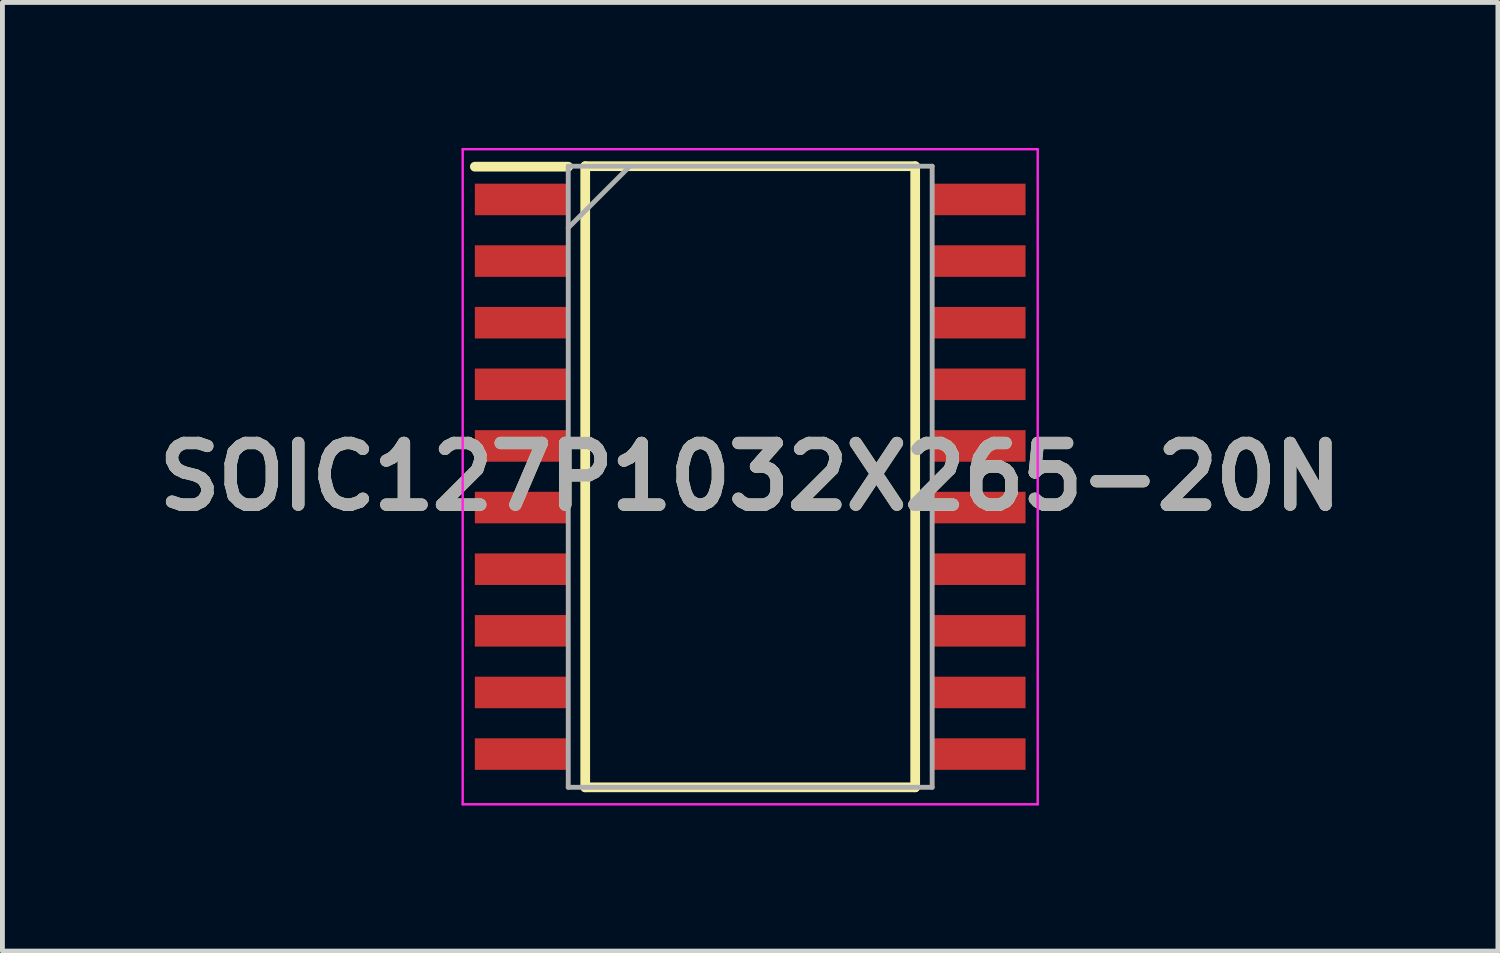
<source format=kicad_pcb>
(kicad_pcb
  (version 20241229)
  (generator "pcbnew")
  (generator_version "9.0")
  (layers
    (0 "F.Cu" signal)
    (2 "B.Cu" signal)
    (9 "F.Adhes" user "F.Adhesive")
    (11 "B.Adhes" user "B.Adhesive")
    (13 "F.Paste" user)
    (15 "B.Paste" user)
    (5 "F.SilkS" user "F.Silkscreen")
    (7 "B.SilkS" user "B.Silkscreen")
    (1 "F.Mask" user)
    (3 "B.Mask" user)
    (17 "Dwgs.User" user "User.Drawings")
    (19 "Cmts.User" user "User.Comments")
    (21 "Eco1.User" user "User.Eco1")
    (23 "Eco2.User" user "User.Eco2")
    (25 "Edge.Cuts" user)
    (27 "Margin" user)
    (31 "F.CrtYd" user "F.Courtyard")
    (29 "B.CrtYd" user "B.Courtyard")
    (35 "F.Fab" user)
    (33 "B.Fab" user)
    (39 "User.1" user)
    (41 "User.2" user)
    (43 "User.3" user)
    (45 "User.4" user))
  (footprint "SOIC127P1032X265-20N"
    (layer "F.Cu")
    (at 12.41 6.775)
    (property "Reference" "SOIC127P1032X265-20N" (at 0 0 0) (layer "F.SilkS") (effects (font (size 1.27 1.27) (thickness 0.254))))
    (attr smd)
    (fp_line (start -5.675 -6.39) (end -3.75 -6.39) (stroke (width 0.2) (type solid)) (layer "F.SilkS"))
    (fp_line (start -3.4 -6.4) (end 3.4 -6.4) (stroke (width 0.2) (type solid)) (layer "F.SilkS"))
    (fp_line (start -3.4 6.4) (end -3.4 -6.4) (stroke (width 0.2) (type solid)) (layer "F.SilkS"))
    (fp_line (start 3.4 -6.4) (end 3.4 6.4) (stroke (width 0.2) (type solid)) (layer "F.SilkS"))
    (fp_line (start 3.4 6.4) (end -3.4 6.4) (stroke (width 0.2) (type solid)) (layer "F.SilkS"))
    (fp_line (start -5.925 -6.75) (end 5.925 -6.75) (stroke (width 0.05) (type solid)) (layer "F.CrtYd"))
    (fp_line (start -5.925 6.75) (end -5.925 -6.75) (stroke (width 0.05) (type solid)) (layer "F.CrtYd"))
    (fp_line (start 5.925 -6.75) (end 5.925 6.75) (stroke (width 0.05) (type solid)) (layer "F.CrtYd"))
    (fp_line (start 5.925 6.75) (end -5.925 6.75) (stroke (width 0.05) (type solid)) (layer "F.CrtYd"))
    (fp_line (start -3.75 -6.4) (end 3.75 -6.4) (stroke (width 0.1) (type solid)) (layer "F.Fab"))
    (fp_line (start -3.75 -5.13) (end -2.48 -6.4) (stroke (width 0.1) (type solid)) (layer "F.Fab"))
    (fp_line (start -3.75 6.4) (end -3.75 -6.4) (stroke (width 0.1) (type solid)) (layer "F.Fab"))
    (fp_line (start 3.75 -6.4) (end 3.75 6.4) (stroke (width 0.1) (type solid)) (layer "F.Fab"))
    (fp_line (start 3.75 6.4) (end -3.75 6.4) (stroke (width 0.1) (type solid)) (layer "F.Fab"))
    (fp_text user "${REFERENCE}" (at 0 0 0) (layer "F.Fab") (effects (font (size 1.27 1.27) (thickness 0.254))))
    (pad "1" smd rect (at -4.712 -5.715 90) (size 0.65 1.925) (layers "F.Cu" "F.Mask" "F.Paste"))
    (pad "2" smd rect (at -4.712 -4.445 90) (size 0.65 1.925) (layers "F.Cu" "F.Mask" "F.Paste"))
    (pad "3" smd rect (at -4.712 -3.175 90) (size 0.65 1.925) (layers "F.Cu" "F.Mask" "F.Paste"))
    (pad "4" smd rect (at -4.712 -1.905 90) (size 0.65 1.925) (layers "F.Cu" "F.Mask" "F.Paste"))
    (pad "5" smd rect (at -4.712 -0.635 90) (size 0.65 1.925) (layers "F.Cu" "F.Mask" "F.Paste"))
    (pad "6" smd rect (at -4.712 0.635 90) (size 0.65 1.925) (layers "F.Cu" "F.Mask" "F.Paste"))
    (pad "7" smd rect (at -4.712 1.905 90) (size 0.65 1.925) (layers "F.Cu" "F.Mask" "F.Paste"))
    (pad "8" smd rect (at -4.712 3.175 90) (size 0.65 1.925) (layers "F.Cu" "F.Mask" "F.Paste"))
    (pad "9" smd rect (at -4.712 4.445 90) (size 0.65 1.925) (layers "F.Cu" "F.Mask" "F.Paste"))
    (pad "10" smd rect (at -4.712 5.715 90) (size 0.65 1.925) (layers "F.Cu" "F.Mask" "F.Paste"))
    (pad "11" smd rect (at 4.712 5.715 90) (size 0.65 1.925) (layers "F.Cu" "F.Mask" "F.Paste"))
    (pad "12" smd rect (at 4.712 4.445 90) (size 0.65 1.925) (layers "F.Cu" "F.Mask" "F.Paste"))
    (pad "13" smd rect (at 4.712 3.175 90) (size 0.65 1.925) (layers "F.Cu" "F.Mask" "F.Paste"))
    (pad "14" smd rect (at 4.712 1.905 90) (size 0.65 1.925) (layers "F.Cu" "F.Mask" "F.Paste"))
    (pad "15" smd rect (at 4.712 0.635 90) (size 0.65 1.925) (layers "F.Cu" "F.Mask" "F.Paste"))
    (pad "16" smd rect (at 4.712 -0.635 90) (size 0.65 1.925) (layers "F.Cu" "F.Mask" "F.Paste"))
    (pad "17" smd rect (at 4.712 -1.905 90) (size 0.65 1.925) (layers "F.Cu" "F.Mask" "F.Paste"))
    (pad "18" smd rect (at 4.712 -3.175 90) (size 0.65 1.925) (layers "F.Cu" "F.Mask" "F.Paste"))
    (pad "19" smd rect (at 4.712 -4.445 90) (size 0.65 1.925) (layers "F.Cu" "F.Mask" "F.Paste"))
    (pad "20" smd rect (at 4.712 -5.715 90) (size 0.65 1.925) (layers "F.Cu" "F.Mask" "F.Paste")))
  (gr_rect
    (start -3 -3)
    (end 27.819 16.55)
    (stroke (width 0.1) (type default))
    (fill no)
    (layer "Edge.Cuts")))
</source>
